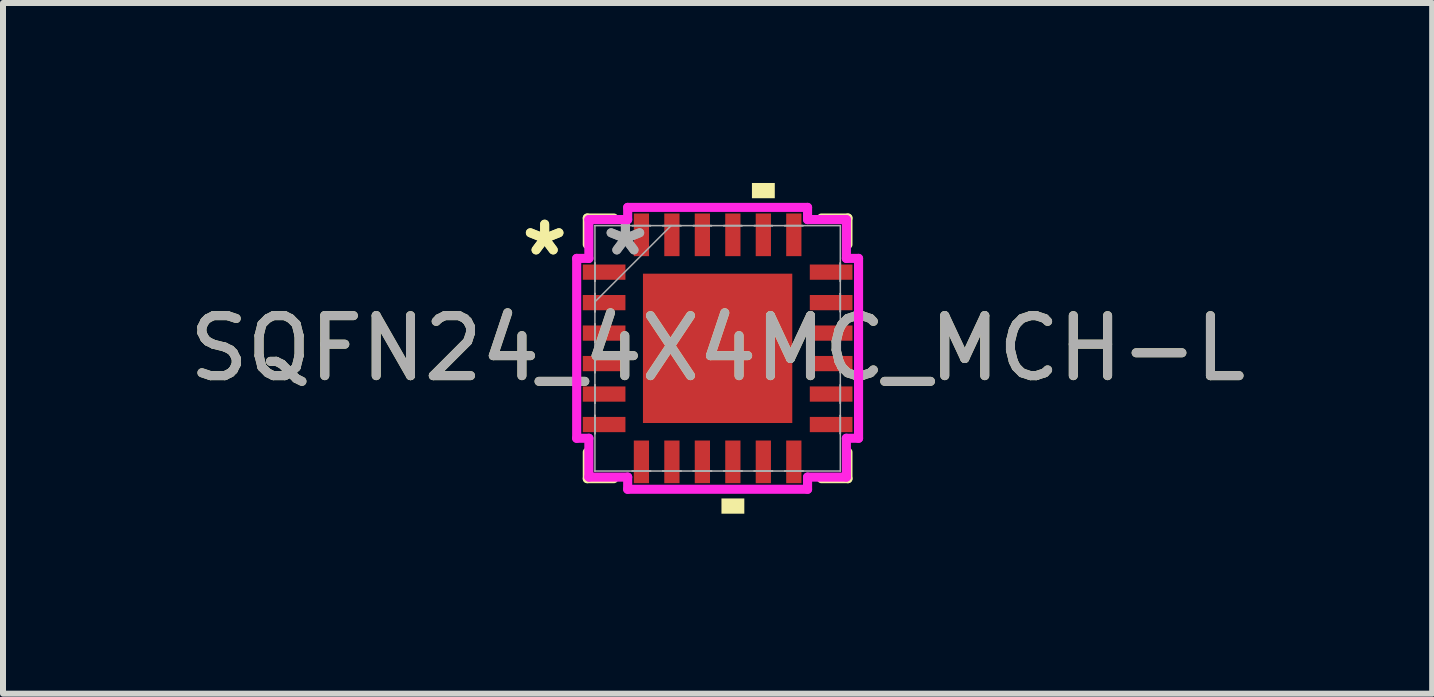
<source format=kicad_pcb>
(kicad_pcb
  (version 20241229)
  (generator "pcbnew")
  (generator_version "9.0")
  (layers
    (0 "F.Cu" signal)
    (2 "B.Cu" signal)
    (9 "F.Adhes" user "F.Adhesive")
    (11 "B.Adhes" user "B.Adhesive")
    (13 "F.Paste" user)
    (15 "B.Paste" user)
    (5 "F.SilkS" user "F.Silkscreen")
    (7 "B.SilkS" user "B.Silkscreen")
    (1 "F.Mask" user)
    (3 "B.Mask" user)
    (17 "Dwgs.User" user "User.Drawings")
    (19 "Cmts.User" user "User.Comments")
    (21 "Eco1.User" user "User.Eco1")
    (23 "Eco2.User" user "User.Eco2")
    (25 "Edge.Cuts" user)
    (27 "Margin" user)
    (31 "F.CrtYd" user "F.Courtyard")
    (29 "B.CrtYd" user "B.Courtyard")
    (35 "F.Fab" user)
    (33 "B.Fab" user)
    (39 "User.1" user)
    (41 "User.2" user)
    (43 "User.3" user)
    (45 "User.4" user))
  (footprint "SQFN24_4X4MC_MCH-L"
    (layer "F.Cu")
    (at 8.911 2.756)
    (property "Reference" "SQFN24_4X4MC_MCH-L" (at 0 0 0) (unlocked yes) (layer "F.SilkS") (effects (font (size 1 1) (thickness 0.15))))
    (attr smd)
    (fp_line (start -2.172 -2.172) (end -2.172 -1.73) (stroke (width 0.152) (type solid)) (layer "F.SilkS"))
    (fp_line (start -2.172 1.73) (end -2.172 2.172) (stroke (width 0.152) (type solid)) (layer "F.SilkS"))
    (fp_line (start -2.172 2.172) (end -1.73 2.172) (stroke (width 0.152) (type solid)) (layer "F.SilkS"))
    (fp_line (start -1.73 -2.172) (end -2.172 -2.172) (stroke (width 0.152) (type solid)) (layer "F.SilkS"))
    (fp_line (start 1.73 2.172) (end 2.172 2.172) (stroke (width 0.152) (type solid)) (layer "F.SilkS"))
    (fp_line (start 2.172 -2.172) (end 1.73 -2.172) (stroke (width 0.152) (type solid)) (layer "F.SilkS"))
    (fp_line (start 2.172 -1.73) (end 2.172 -2.172) (stroke (width 0.152) (type solid)) (layer "F.SilkS"))
    (fp_line (start 2.172 2.172) (end 2.172 1.73) (stroke (width 0.152) (type solid)) (layer "F.SilkS"))
    (fp_poly (pts (xy 0.064 2.502) (xy 0.064 2.756) (xy 0.445 2.756) (xy 0.445 2.502)) (stroke (width 0) (type solid)) (fill yes) (layer "F.SilkS"))
    (fp_poly (pts (xy 0.572 -2.502) (xy 0.572 -2.756) (xy 0.953 -2.756) (xy 0.953 -2.502)) (stroke (width 0) (type solid)) (fill yes) (layer "F.SilkS"))
    (fp_line (start -2.349 -1.499) (end -2.146 -1.499) (stroke (width 0.152) (type solid)) (layer "F.CrtYd"))
    (fp_line (start -2.349 1.499) (end -2.349 -1.499) (stroke (width 0.152) (type solid)) (layer "F.CrtYd"))
    (fp_line (start -2.146 -2.146) (end -1.499 -2.146) (stroke (width 0.152) (type solid)) (layer "F.CrtYd"))
    (fp_line (start -2.146 -1.499) (end -2.146 -2.146) (stroke (width 0.152) (type solid)) (layer "F.CrtYd"))
    (fp_line (start -2.146 1.499) (end -2.349 1.499) (stroke (width 0.152) (type solid)) (layer "F.CrtYd"))
    (fp_line (start -2.146 2.146) (end -2.146 1.499) (stroke (width 0.152) (type solid)) (layer "F.CrtYd"))
    (fp_line (start -1.499 -2.349) (end 1.499 -2.349) (stroke (width 0.152) (type solid)) (layer "F.CrtYd"))
    (fp_line (start -1.499 -2.146) (end -1.499 -2.349) (stroke (width 0.152) (type solid)) (layer "F.CrtYd"))
    (fp_line (start -1.499 2.146) (end -2.146 2.146) (stroke (width 0.152) (type solid)) (layer "F.CrtYd"))
    (fp_line (start -1.499 2.349) (end -1.499 2.146) (stroke (width 0.152) (type solid)) (layer "F.CrtYd"))
    (fp_line (start 1.499 -2.349) (end 1.499 -2.146) (stroke (width 0.152) (type solid)) (layer "F.CrtYd"))
    (fp_line (start 1.499 -2.146) (end 2.146 -2.146) (stroke (width 0.152) (type solid)) (layer "F.CrtYd"))
    (fp_line (start 1.499 2.146) (end 1.499 2.349) (stroke (width 0.152) (type solid)) (layer "F.CrtYd"))
    (fp_line (start 1.499 2.349) (end -1.499 2.349) (stroke (width 0.152) (type solid)) (layer "F.CrtYd"))
    (fp_line (start 2.146 -2.146) (end 2.146 -1.499) (stroke (width 0.152) (type solid)) (layer "F.CrtYd"))
    (fp_line (start 2.146 -1.499) (end 2.349 -1.499) (stroke (width 0.152) (type solid)) (layer "F.CrtYd"))
    (fp_line (start 2.146 1.499) (end 2.146 2.146) (stroke (width 0.152) (type solid)) (layer "F.CrtYd"))
    (fp_line (start 2.146 2.146) (end 1.499 2.146) (stroke (width 0.152) (type solid)) (layer "F.CrtYd"))
    (fp_line (start 2.349 -1.499) (end 2.349 1.499) (stroke (width 0.152) (type solid)) (layer "F.CrtYd"))
    (fp_line (start 2.349 1.499) (end 2.146 1.499) (stroke (width 0.152) (type solid)) (layer "F.CrtYd"))
    (fp_line (start -2.045 -2.045) (end -2.045 -2.045) (stroke (width 0.025) (type solid)) (layer "F.Fab"))
    (fp_line (start -2.045 -2.045) (end -2.045 2.045) (stroke (width 0.025) (type solid)) (layer "F.Fab"))
    (fp_line (start -2.045 -1.422) (end -2.045 -1.422) (stroke (width 0.025) (type solid)) (layer "F.Fab"))
    (fp_line (start -2.045 -1.422) (end -2.045 -1.118) (stroke (width 0.025) (type solid)) (layer "F.Fab"))
    (fp_line (start -2.045 -1.118) (end -2.045 -1.422) (stroke (width 0.025) (type solid)) (layer "F.Fab"))
    (fp_line (start -2.045 -1.118) (end -2.045 -1.118) (stroke (width 0.025) (type solid)) (layer "F.Fab"))
    (fp_line (start -2.045 -0.914) (end -2.045 -0.914) (stroke (width 0.025) (type solid)) (layer "F.Fab"))
    (fp_line (start -2.045 -0.914) (end -2.045 -0.61) (stroke (width 0.025) (type solid)) (layer "F.Fab"))
    (fp_line (start -2.045 -0.775) (end -0.775 -2.045) (stroke (width 0.025) (type solid)) (layer "F.Fab"))
    (fp_line (start -2.045 -0.61) (end -2.045 -0.914) (stroke (width 0.025) (type solid)) (layer "F.Fab"))
    (fp_line (start -2.045 -0.61) (end -2.045 -0.61) (stroke (width 0.025) (type solid)) (layer "F.Fab"))
    (fp_line (start -2.045 -0.406) (end -2.045 -0.406) (stroke (width 0.025) (type solid)) (layer "F.Fab"))
    (fp_line (start -2.045 -0.406) (end -2.045 -0.102) (stroke (width 0.025) (type solid)) (layer "F.Fab"))
    (fp_line (start -2.045 -0.102) (end -2.045 -0.406) (stroke (width 0.025) (type solid)) (layer "F.Fab"))
    (fp_line (start -2.045 -0.102) (end -2.045 -0.102) (stroke (width 0.025) (type solid)) (layer "F.Fab"))
    (fp_line (start -2.045 0.102) (end -2.045 0.102) (stroke (width 0.025) (type solid)) (layer "F.Fab"))
    (fp_line (start -2.045 0.102) (end -2.045 0.406) (stroke (width 0.025) (type solid)) (layer "F.Fab"))
    (fp_line (start -2.045 0.406) (end -2.045 0.102) (stroke (width 0.025) (type solid)) (layer "F.Fab"))
    (fp_line (start -2.045 0.406) (end -2.045 0.406) (stroke (width 0.025) (type solid)) (layer "F.Fab"))
    (fp_line (start -2.045 0.61) (end -2.045 0.61) (stroke (width 0.025) (type solid)) (layer "F.Fab"))
    (fp_line (start -2.045 0.61) (end -2.045 0.914) (stroke (width 0.025) (type solid)) (layer "F.Fab"))
    (fp_line (start -2.045 0.914) (end -2.045 0.61) (stroke (width 0.025) (type solid)) (layer "F.Fab"))
    (fp_line (start -2.045 0.914) (end -2.045 0.914) (stroke (width 0.025) (type solid)) (layer "F.Fab"))
    (fp_line (start -2.045 1.118) (end -2.045 1.118) (stroke (width 0.025) (type solid)) (layer "F.Fab"))
    (fp_line (start -2.045 1.118) (end -2.045 1.422) (stroke (width 0.025) (type solid)) (layer "F.Fab"))
    (fp_line (start -2.045 1.422) (end -2.045 1.118) (stroke (width 0.025) (type solid)) (layer "F.Fab"))
    (fp_line (start -2.045 1.422) (end -2.045 1.422) (stroke (width 0.025) (type solid)) (layer "F.Fab"))
    (fp_line (start -2.045 2.045) (end -2.045 2.045) (stroke (width 0.025) (type solid)) (layer "F.Fab"))
    (fp_line (start -2.045 2.045) (end 2.045 2.045) (stroke (width 0.025) (type solid)) (layer "F.Fab"))
    (fp_line (start -1.422 -2.045) (end -1.422 -2.045) (stroke (width 0.025) (type solid)) (layer "F.Fab"))
    (fp_line (start -1.422 -2.045) (end -1.118 -2.045) (stroke (width 0.025) (type solid)) (layer "F.Fab"))
    (fp_line (start -1.422 2.045) (end -1.422 2.045) (stroke (width 0.025) (type solid)) (layer "F.Fab"))
    (fp_line (start -1.422 2.045) (end -1.118 2.045) (stroke (width 0.025) (type solid)) (layer "F.Fab"))
    (fp_line (start -1.118 -2.045) (end -1.422 -2.045) (stroke (width 0.025) (type solid)) (layer "F.Fab"))
    (fp_line (start -1.118 -2.045) (end -1.118 -2.045) (stroke (width 0.025) (type solid)) (layer "F.Fab"))
    (fp_line (start -1.118 2.045) (end -1.422 2.045) (stroke (width 0.025) (type solid)) (layer "F.Fab"))
    (fp_line (start -1.118 2.045) (end -1.118 2.045) (stroke (width 0.025) (type solid)) (layer "F.Fab"))
    (fp_line (start -0.914 -2.045) (end -0.914 -2.045) (stroke (width 0.025) (type solid)) (layer "F.Fab"))
    (fp_line (start -0.914 -2.045) (end -0.61 -2.045) (stroke (width 0.025) (type solid)) (layer "F.Fab"))
    (fp_line (start -0.914 2.045) (end -0.914 2.045) (stroke (width 0.025) (type solid)) (layer "F.Fab"))
    (fp_line (start -0.914 2.045) (end -0.61 2.045) (stroke (width 0.025) (type solid)) (layer "F.Fab"))
    (fp_line (start -0.61 -2.045) (end -0.914 -2.045) (stroke (width 0.025) (type solid)) (layer "F.Fab"))
    (fp_line (start -0.61 -2.045) (end -0.61 -2.045) (stroke (width 0.025) (type solid)) (layer "F.Fab"))
    (fp_line (start -0.61 2.045) (end -0.914 2.045) (stroke (width 0.025) (type solid)) (layer "F.Fab"))
    (fp_line (start -0.61 2.045) (end -0.61 2.045) (stroke (width 0.025) (type solid)) (layer "F.Fab"))
    (fp_line (start -0.406 -2.045) (end -0.406 -2.045) (stroke (width 0.025) (type solid)) (layer "F.Fab"))
    (fp_line (start -0.406 -2.045) (end -0.102 -2.045) (stroke (width 0.025) (type solid)) (layer "F.Fab"))
    (fp_line (start -0.406 2.045) (end -0.406 2.045) (stroke (width 0.025) (type solid)) (layer "F.Fab"))
    (fp_line (start -0.406 2.045) (end -0.102 2.045) (stroke (width 0.025) (type solid)) (layer "F.Fab"))
    (fp_line (start -0.102 -2.045) (end -0.406 -2.045) (stroke (width 0.025) (type solid)) (layer "F.Fab"))
    (fp_line (start -0.102 -2.045) (end -0.102 -2.045) (stroke (width 0.025) (type solid)) (layer "F.Fab"))
    (fp_line (start -0.102 2.045) (end -0.406 2.045) (stroke (width 0.025) (type solid)) (layer "F.Fab"))
    (fp_line (start -0.102 2.045) (end -0.102 2.045) (stroke (width 0.025) (type solid)) (layer "F.Fab"))
    (fp_line (start 0.102 -2.045) (end 0.102 -2.045) (stroke (width 0.025) (type solid)) (layer "F.Fab"))
    (fp_line (start 0.102 -2.045) (end 0.406 -2.045) (stroke (width 0.025) (type solid)) (layer "F.Fab"))
    (fp_line (start 0.102 2.045) (end 0.102 2.045) (stroke (width 0.025) (type solid)) (layer "F.Fab"))
    (fp_line (start 0.102 2.045) (end 0.406 2.045) (stroke (width 0.025) (type solid)) (layer "F.Fab"))
    (fp_line (start 0.406 -2.045) (end 0.102 -2.045) (stroke (width 0.025) (type solid)) (layer "F.Fab"))
    (fp_line (start 0.406 -2.045) (end 0.406 -2.045) (stroke (width 0.025) (type solid)) (layer "F.Fab"))
    (fp_line (start 0.406 2.045) (end 0.102 2.045) (stroke (width 0.025) (type solid)) (layer "F.Fab"))
    (fp_line (start 0.406 2.045) (end 0.406 2.045) (stroke (width 0.025) (type solid)) (layer "F.Fab"))
    (fp_line (start 0.61 -2.045) (end 0.61 -2.045) (stroke (width 0.025) (type solid)) (layer "F.Fab"))
    (fp_line (start 0.61 -2.045) (end 0.914 -2.045) (stroke (width 0.025) (type solid)) (layer "F.Fab"))
    (fp_line (start 0.61 2.045) (end 0.61 2.045) (stroke (width 0.025) (type solid)) (layer "F.Fab"))
    (fp_line (start 0.61 2.045) (end 0.914 2.045) (stroke (width 0.025) (type solid)) (layer "F.Fab"))
    (fp_line (start 0.914 -2.045) (end 0.61 -2.045) (stroke (width 0.025) (type solid)) (layer "F.Fab"))
    (fp_line (start 0.914 -2.045) (end 0.914 -2.045) (stroke (width 0.025) (type solid)) (layer "F.Fab"))
    (fp_line (start 0.914 2.045) (end 0.61 2.045) (stroke (width 0.025) (type solid)) (layer "F.Fab"))
    (fp_line (start 0.914 2.045) (end 0.914 2.045) (stroke (width 0.025) (type solid)) (layer "F.Fab"))
    (fp_line (start 1.118 -2.045) (end 1.118 -2.045) (stroke (width 0.025) (type solid)) (layer "F.Fab"))
    (fp_line (start 1.118 -2.045) (end 1.422 -2.045) (stroke (width 0.025) (type solid)) (layer "F.Fab"))
    (fp_line (start 1.118 2.045) (end 1.118 2.045) (stroke (width 0.025) (type solid)) (layer "F.Fab"))
    (fp_line (start 1.118 2.045) (end 1.422 2.045) (stroke (width 0.025) (type solid)) (layer "F.Fab"))
    (fp_line (start 1.422 -2.045) (end 1.118 -2.045) (stroke (width 0.025) (type solid)) (layer "F.Fab"))
    (fp_line (start 1.422 -2.045) (end 1.422 -2.045) (stroke (width 0.025) (type solid)) (layer "F.Fab"))
    (fp_line (start 1.422 2.045) (end 1.118 2.045) (stroke (width 0.025) (type solid)) (layer "F.Fab"))
    (fp_line (start 1.422 2.045) (end 1.422 2.045) (stroke (width 0.025) (type solid)) (layer "F.Fab"))
    (fp_line (start 2.045 -2.045) (end -2.045 -2.045) (stroke (width 0.025) (type solid)) (layer "F.Fab"))
    (fp_line (start 2.045 -2.045) (end 2.045 -2.045) (stroke (width 0.025) (type solid)) (layer "F.Fab"))
    (fp_line (start 2.045 -1.422) (end 2.045 -1.422) (stroke (width 0.025) (type solid)) (layer "F.Fab"))
    (fp_line (start 2.045 -1.422) (end 2.045 -1.118) (stroke (width 0.025) (type solid)) (layer "F.Fab"))
    (fp_line (start 2.045 -1.118) (end 2.045 -1.422) (stroke (width 0.025) (type solid)) (layer "F.Fab"))
    (fp_line (start 2.045 -1.118) (end 2.045 -1.118) (stroke (width 0.025) (type solid)) (layer "F.Fab"))
    (fp_line (start 2.045 -0.914) (end 2.045 -0.914) (stroke (width 0.025) (type solid)) (layer "F.Fab"))
    (fp_line (start 2.045 -0.914) (end 2.045 -0.61) (stroke (width 0.025) (type solid)) (layer "F.Fab"))
    (fp_line (start 2.045 -0.61) (end 2.045 -0.914) (stroke (width 0.025) (type solid)) (layer "F.Fab"))
    (fp_line (start 2.045 -0.61) (end 2.045 -0.61) (stroke (width 0.025) (type solid)) (layer "F.Fab"))
    (fp_line (start 2.045 -0.406) (end 2.045 -0.406) (stroke (width 0.025) (type solid)) (layer "F.Fab"))
    (fp_line (start 2.045 -0.406) (end 2.045 -0.102) (stroke (width 0.025) (type solid)) (layer "F.Fab"))
    (fp_line (start 2.045 -0.102) (end 2.045 -0.406) (stroke (width 0.025) (type solid)) (layer "F.Fab"))
    (fp_line (start 2.045 -0.102) (end 2.045 -0.102) (stroke (width 0.025) (type solid)) (layer "F.Fab"))
    (fp_line (start 2.045 0.102) (end 2.045 0.102) (stroke (width 0.025) (type solid)) (layer "F.Fab"))
    (fp_line (start 2.045 0.102) (end 2.045 0.406) (stroke (width 0.025) (type solid)) (layer "F.Fab"))
    (fp_line (start 2.045 0.406) (end 2.045 0.102) (stroke (width 0.025) (type solid)) (layer "F.Fab"))
    (fp_line (start 2.045 0.406) (end 2.045 0.406) (stroke (width 0.025) (type solid)) (layer "F.Fab"))
    (fp_line (start 2.045 0.61) (end 2.045 0.61) (stroke (width 0.025) (type solid)) (layer "F.Fab"))
    (fp_line (start 2.045 0.61) (end 2.045 0.914) (stroke (width 0.025) (type solid)) (layer "F.Fab"))
    (fp_line (start 2.045 0.914) (end 2.045 0.61) (stroke (width 0.025) (type solid)) (layer "F.Fab"))
    (fp_line (start 2.045 0.914) (end 2.045 0.914) (stroke (width 0.025) (type solid)) (layer "F.Fab"))
    (fp_line (start 2.045 1.118) (end 2.045 1.118) (stroke (width 0.025) (type solid)) (layer "F.Fab"))
    (fp_line (start 2.045 1.118) (end 2.045 1.422) (stroke (width 0.025) (type solid)) (layer "F.Fab"))
    (fp_line (start 2.045 1.422) (end 2.045 1.118) (stroke (width 0.025) (type solid)) (layer "F.Fab"))
    (fp_line (start 2.045 1.422) (end 2.045 1.422) (stroke (width 0.025) (type solid)) (layer "F.Fab"))
    (fp_line (start 2.045 2.045) (end 2.045 -2.045) (stroke (width 0.025) (type solid)) (layer "F.Fab"))
    (fp_line (start 2.045 2.045) (end 2.045 2.045) (stroke (width 0.025) (type solid)) (layer "F.Fab"))
    (fp_text user "*" (at -2.883 -1.524 0) (layer "F.SilkS") (effects (font (size 1 1) (thickness 0.15))))
    (fp_text user "*" (at -2.883 -1.524 0) (unlocked yes) (layer "F.SilkS") (effects (font (size 1 1) (thickness 0.15))))
    (fp_text user "${REFERENCE}" (at 0 0 0) (unlocked yes) (layer "F.Fab") (effects (font (size 1 1) (thickness 0.15))))
    (fp_text user "*" (at -1.537 -1.524 0) (unlocked yes) (layer "F.Fab") (effects (font (size 1 1) (thickness 0.15))))
    (fp_text user "*" (at -1.537 -1.524 0) (layer "F.Fab") (effects (font (size 1 1) (thickness 0.15))))
    (pad "1" smd rect (at -1.892 -1.27 90) (size 0.254 0.711) (layers "F.Cu" "F.Mask" "F.Paste"))
    (pad "2" smd rect (at -1.892 -0.762 90) (size 0.254 0.711) (layers "F.Cu" "F.Mask" "F.Paste"))
    (pad "3" smd rect (at -1.892 -0.254 90) (size 0.254 0.711) (layers "F.Cu" "F.Mask" "F.Paste"))
    (pad "4" smd rect (at -1.892 0.254 90) (size 0.254 0.711) (layers "F.Cu" "F.Mask" "F.Paste"))
    (pad "5" smd rect (at -1.892 0.762 90) (size 0.254 0.711) (layers "F.Cu" "F.Mask" "F.Paste"))
    (pad "6" smd rect (at -1.892 1.27 90) (size 0.254 0.711) (layers "F.Cu" "F.Mask" "F.Paste"))
    (pad "7" smd rect (at -1.27 1.892) (size 0.254 0.711) (layers "F.Cu" "F.Mask" "F.Paste"))
    (pad "8" smd rect (at -0.762 1.892) (size 0.254 0.711) (layers "F.Cu" "F.Mask" "F.Paste"))
    (pad "9" smd rect (at -0.254 1.892) (size 0.254 0.711) (layers "F.Cu" "F.Mask" "F.Paste"))
    (pad "10" smd rect (at 0.254 1.892) (size 0.254 0.711) (layers "F.Cu" "F.Mask" "F.Paste"))
    (pad "11" smd rect (at 0.762 1.892) (size 0.254 0.711) (layers "F.Cu" "F.Mask" "F.Paste"))
    (pad "12" smd rect (at 1.27 1.892) (size 0.254 0.711) (layers "F.Cu" "F.Mask" "F.Paste"))
    (pad "13" smd rect (at 1.892 1.27 90) (size 0.254 0.711) (layers "F.Cu" "F.Mask" "F.Paste"))
    (pad "14" smd rect (at 1.892 0.762 90) (size 0.254 0.711) (layers "F.Cu" "F.Mask" "F.Paste"))
    (pad "15" smd rect (at 1.892 0.254 90) (size 0.254 0.711) (layers "F.Cu" "F.Mask" "F.Paste"))
    (pad "16" smd rect (at 1.892 -0.254 90) (size 0.254 0.711) (layers "F.Cu" "F.Mask" "F.Paste"))
    (pad "17" smd rect (at 1.892 -0.762 90) (size 0.254 0.711) (layers "F.Cu" "F.Mask" "F.Paste"))
    (pad "18" smd rect (at 1.892 -1.27 90) (size 0.254 0.711) (layers "F.Cu" "F.Mask" "F.Paste"))
    (pad "19" smd rect (at 1.27 -1.892) (size 0.254 0.711) (layers "F.Cu" "F.Mask" "F.Paste"))
    (pad "20" smd rect (at 0.762 -1.892) (size 0.254 0.711) (layers "F.Cu" "F.Mask" "F.Paste"))
    (pad "21" smd rect (at 0.254 -1.892) (size 0.254 0.711) (layers "F.Cu" "F.Mask" "F.Paste"))
    (pad "22" smd rect (at -0.254 -1.892) (size 0.254 0.711) (layers "F.Cu" "F.Mask" "F.Paste"))
    (pad "23" smd rect (at -0.762 -1.892) (size 0.254 0.711) (layers "F.Cu" "F.Mask" "F.Paste"))
    (pad "24" smd rect (at -1.27 -1.892) (size 0.254 0.711) (layers "F.Cu" "F.Mask" "F.Paste"))
    (pad "25" smd rect (at 0 0) (size 2.489 2.489) (layers "F.Cu" "F.Mask" "F.Paste")))
  (gr_rect
    (start -3 -3)
    (end 20.821 8.512)
    (stroke (width 0.1) (type default))
    (fill no)
    (layer "Edge.Cuts")))
</source>
